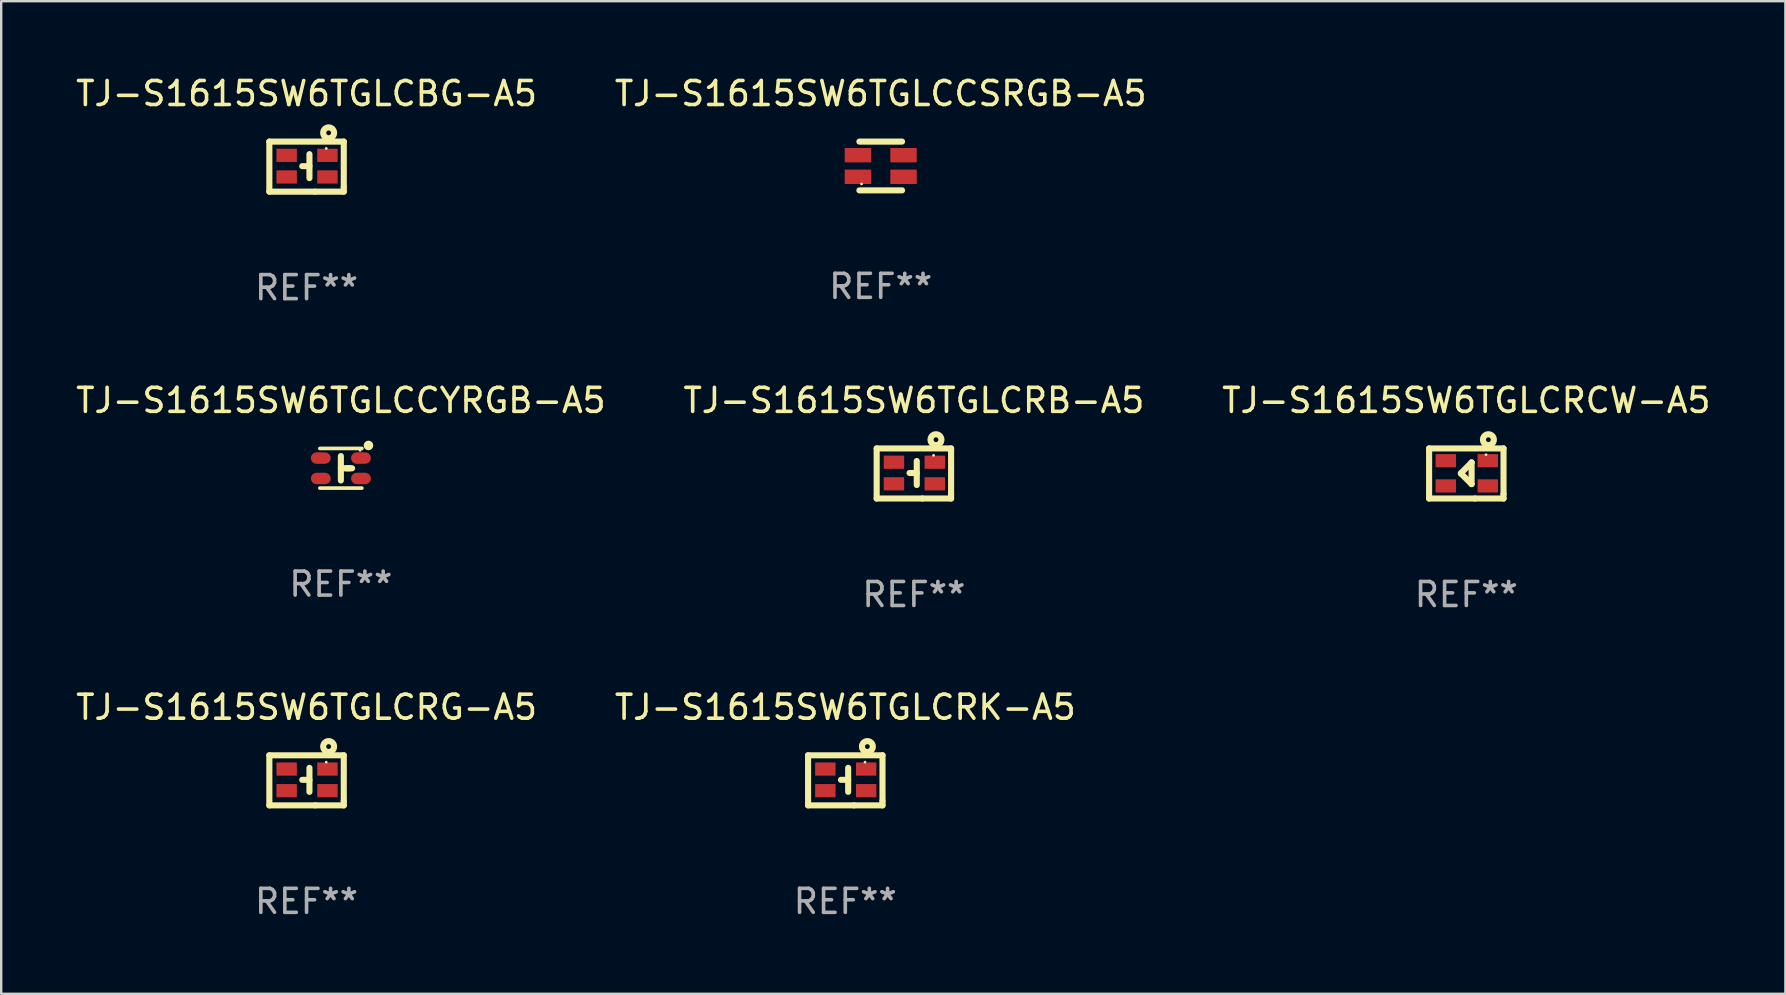
<source format=kicad_pcb>
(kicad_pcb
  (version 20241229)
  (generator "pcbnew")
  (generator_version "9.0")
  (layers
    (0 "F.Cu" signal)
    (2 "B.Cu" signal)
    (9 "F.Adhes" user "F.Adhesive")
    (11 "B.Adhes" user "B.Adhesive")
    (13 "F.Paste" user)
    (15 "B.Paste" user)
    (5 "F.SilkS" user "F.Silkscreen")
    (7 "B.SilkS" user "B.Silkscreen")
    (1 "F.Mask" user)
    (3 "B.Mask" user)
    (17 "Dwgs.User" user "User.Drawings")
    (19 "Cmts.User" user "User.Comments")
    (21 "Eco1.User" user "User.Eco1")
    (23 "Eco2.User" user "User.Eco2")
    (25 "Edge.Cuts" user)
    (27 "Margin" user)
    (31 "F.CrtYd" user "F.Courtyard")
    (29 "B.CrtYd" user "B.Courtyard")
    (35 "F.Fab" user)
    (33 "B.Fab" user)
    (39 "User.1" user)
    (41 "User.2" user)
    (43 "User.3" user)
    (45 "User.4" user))
  (footprint "TJ-S1615SW6TGLCRK-A5"
    (layer "F.Cu")
    (at 32.161 29.455)
    (property "Reference" "TJ-S1615SW6TGLCRK-A5" (at 0 -3.043 0) (layer "F.SilkS") (effects (font (size 1 1) (thickness 0.15))))
    (attr through_hole)
    (fp_line (start -1.55 -1.043) (end 1.55 -1.043) (stroke (width 0.254) (type solid)) (layer "F.SilkS"))
    (fp_line (start -1.55 1.043) (end -1.55 -1.043) (stroke (width 0.254) (type solid)) (layer "F.SilkS"))
    (fp_line (start -0.18 -0.02) (end 0.12 -0.02) (stroke (width 0.254) (type solid)) (layer "F.SilkS"))
    (fp_line (start 0.12 -0.52) (end 0.12 0.48) (stroke (width 0.254) (type solid)) (layer "F.SilkS"))
    (fp_line (start 0.357 1.043) (end -1.55 1.043) (stroke (width 0.254) (type solid)) (layer "F.SilkS"))
    (fp_line (start 0.357 1.043) (end 1.55 1.043) (stroke (width 0.254) (type solid)) (layer "F.SilkS"))
    (fp_line (start 1.55 0.857) (end 1.55 1.043) (stroke (width 0.254) (type solid)) (layer "F.SilkS"))
    (fp_line (start 1.55 0.857) (end 1.55 -1.043) (stroke (width 0.254) (type solid)) (layer "F.SilkS"))
    (fp_circle (center 0.82 -0.757) (end 0.85 -0.757) (stroke (width 0.06) (type solid)) (fill no) (layer "F.SilkS"))
    (fp_circle (center 0.92 -1.407) (end 1.02 -1.407) (stroke (width 0.254) (type solid)) (fill no) (layer "F.SilkS"))
    (fp_text user "REF**" (at 0 5.043 0) (layer "F.Fab") (effects (font (size 1 1) (thickness 0.15))))
    (pad "1" smd rect (at 0.87 -0.47) (size 0.85 0.55) (layers "F.Cu" "F.Mask" "F.Paste"))
    (pad "2" smd rect (at -0.83 -0.47) (size 0.85 0.55) (layers "F.Cu" "F.Mask" "F.Paste"))
    (pad "3" smd rect (at 0.87 0.43) (size 0.85 0.55) (layers "F.Cu" "F.Mask" "F.Paste"))
    (pad "4" smd rect (at -0.83 0.43) (size 0.85 0.55) (layers "F.Cu" "F.Mask" "F.Paste")))
  (footprint "TJ-S1615SW6TGLCCYRGB-A5"
    (layer "F.Cu")
    (at 11.149 16.456)
    (property "Reference" "TJ-S1615SW6TGLCCYRGB-A5" (at 0 -2.826 0) (layer "F.SilkS") (effects (font (size 1 1) (thickness 0.15))))
    (attr through_hole)
    (fp_line (start 0.000127 -0.508) (end 0.000127 0.508) (stroke (width 0.254) (type solid)) (layer "F.SilkS"))
    (fp_line (start 0.226 0.000127) (end 0.468 0.000127) (stroke (width 0.254) (type solid)) (layer "F.SilkS"))
    (fp_line (start 0.381 0.000127) (end 0.000127 0.000127) (stroke (width 0.254) (type solid)) (layer "F.SilkS"))
    (fp_line (start 0.876 -0.826) (end -0.876 -0.826) (stroke (width 0.152) (type solid)) (layer "F.SilkS"))
    (fp_line (start 0.876 0.826) (end -0.876 0.826) (stroke (width 0.152) (type solid)) (layer "F.SilkS"))
    (fp_circle (center 0.8 -0.75) (end 0.83 -0.75) (stroke (width 0.06) (type solid)) (fill no) (layer "F.SilkS"))
    (fp_circle (center 1.15 -0.95) (end 1.25 -0.95) (stroke (width 0.2) (type solid)) (fill no) (layer "F.SilkS"))
    (fp_text user "REF**" (at 0 4.826 0) (layer "F.Fab") (effects (font (size 1 1) (thickness 0.15))))
    (pad "1" smd oval (at 0.837 -0.425 90) (size 0.476 0.823) (layers "F.Cu" "F.Mask" "F.Paste"))
    (pad "2" smd oval (at -0.836 -0.425 90) (size 0.476 0.823) (layers "F.Cu" "F.Mask" "F.Paste"))
    (pad "3" smd oval (at -0.836 0.425 90) (size 0.476 0.823) (layers "F.Cu" "F.Mask" "F.Paste"))
    (pad "4" smd oval (at 0.837 0.425 90) (size 0.476 0.823) (layers "F.Cu" "F.Mask" "F.Paste")))
  (footprint "TJ-S1615SW6TGLCBG-A5"
    (layer "F.Cu")
    (at 9.72 3.891)
    (property "Reference" "TJ-S1615SW6TGLCBG-A5" (at 0 -3.043 0) (layer "F.SilkS") (effects (font (size 1 1) (thickness 0.15))))
    (attr through_hole)
    (fp_line (start -1.55 -1.043) (end 1.55 -1.043) (stroke (width 0.254) (type solid)) (layer "F.SilkS"))
    (fp_line (start -1.55 1.043) (end -1.55 -1.043) (stroke (width 0.254) (type solid)) (layer "F.SilkS"))
    (fp_line (start -0.18 -0.02) (end 0.12 -0.02) (stroke (width 0.254) (type solid)) (layer "F.SilkS"))
    (fp_line (start 0.12 -0.52) (end 0.12 0.48) (stroke (width 0.254) (type solid)) (layer "F.SilkS"))
    (fp_line (start 0.357 1.043) (end -1.55 1.043) (stroke (width 0.254) (type solid)) (layer "F.SilkS"))
    (fp_line (start 0.357 1.043) (end 1.55 1.043) (stroke (width 0.254) (type solid)) (layer "F.SilkS"))
    (fp_line (start 1.55 0.857) (end 1.55 1.043) (stroke (width 0.254) (type solid)) (layer "F.SilkS"))
    (fp_line (start 1.55 0.857) (end 1.55 -1.043) (stroke (width 0.254) (type solid)) (layer "F.SilkS"))
    (fp_circle (center 0.82 -0.757) (end 0.85 -0.757) (stroke (width 0.06) (type solid)) (fill no) (layer "F.SilkS"))
    (fp_circle (center 0.92 -1.407) (end 1.02 -1.407) (stroke (width 0.254) (type solid)) (fill no) (layer "F.SilkS"))
    (fp_text user "REF**" (at 0 5.043 0) (layer "F.Fab") (effects (font (size 1 1) (thickness 0.15))))
    (pad "1" smd rect (at 0.87 -0.47) (size 0.85 0.55) (layers "F.Cu" "F.Mask" "F.Paste"))
    (pad "2" smd rect (at -0.83 -0.47) (size 0.85 0.55) (layers "F.Cu" "F.Mask" "F.Paste"))
    (pad "3" smd rect (at 0.87 0.43) (size 0.85 0.55) (layers "F.Cu" "F.Mask" "F.Paste"))
    (pad "4" smd rect (at -0.83 0.43) (size 0.85 0.55) (layers "F.Cu" "F.Mask" "F.Paste")))
  (footprint "TJ-S1615SW6TGLCRB-A5"
    (layer "F.Cu")
    (at 35.018 16.673)
    (property "Reference" "TJ-S1615SW6TGLCRB-A5" (at 0 -3.043 0) (layer "F.SilkS") (effects (font (size 1 1) (thickness 0.15))))
    (attr through_hole)
    (fp_line (start -1.55 -1.043) (end 1.55 -1.043) (stroke (width 0.254) (type solid)) (layer "F.SilkS"))
    (fp_line (start -1.55 1.043) (end -1.55 -1.043) (stroke (width 0.254) (type solid)) (layer "F.SilkS"))
    (fp_line (start -0.18 -0.02) (end 0.12 -0.02) (stroke (width 0.254) (type solid)) (layer "F.SilkS"))
    (fp_line (start 0.12 -0.52) (end 0.12 0.48) (stroke (width 0.254) (type solid)) (layer "F.SilkS"))
    (fp_line (start 0.357 1.043) (end -1.55 1.043) (stroke (width 0.254) (type solid)) (layer "F.SilkS"))
    (fp_line (start 0.357 1.043) (end 1.55 1.043) (stroke (width 0.254) (type solid)) (layer "F.SilkS"))
    (fp_line (start 1.55 0.857) (end 1.55 1.043) (stroke (width 0.254) (type solid)) (layer "F.SilkS"))
    (fp_line (start 1.55 0.857) (end 1.55 -1.043) (stroke (width 0.254) (type solid)) (layer "F.SilkS"))
    (fp_circle (center 0.82 -0.757) (end 0.85 -0.757) (stroke (width 0.06) (type solid)) (fill no) (layer "F.SilkS"))
    (fp_circle (center 0.92 -1.407) (end 1.02 -1.407) (stroke (width 0.254) (type solid)) (fill no) (layer "F.SilkS"))
    (fp_text user "REF**" (at 0 5.043 0) (layer "F.Fab") (effects (font (size 1 1) (thickness 0.15))))
    (pad "1" smd rect (at 0.87 -0.47) (size 0.85 0.55) (layers "F.Cu" "F.Mask" "F.Paste"))
    (pad "2" smd rect (at -0.83 -0.47) (size 0.85 0.55) (layers "F.Cu" "F.Mask" "F.Paste"))
    (pad "3" smd rect (at 0.87 0.43) (size 0.85 0.55) (layers "F.Cu" "F.Mask" "F.Paste"))
    (pad "4" smd rect (at -0.83 0.43) (size 0.85 0.55) (layers "F.Cu" "F.Mask" "F.Paste")))
  (footprint "TJ-S1615SW6TGLCRCW-A5"
    (layer "F.Cu")
    (at 58.03 16.673)
    (property "Reference" "TJ-S1615SW6TGLCRCW-A5" (at 0 -3.043 0) (layer "F.SilkS") (effects (font (size 1 1) (thickness 0.15))))
    (attr through_hole)
    (fp_line (start -1.55 -1.043) (end 1.55 -1.043) (stroke (width 0.254) (type solid)) (layer "F.SilkS"))
    (fp_line (start -1.55 1.043) (end -1.55 -1.043) (stroke (width 0.254) (type solid)) (layer "F.SilkS"))
    (fp_line (start -0.211 -0.007) (end -0.211 0.012) (stroke (width 0.254) (type solid)) (layer "F.SilkS"))
    (fp_line (start -0.211 0.012) (end 0.22 0.443) (stroke (width 0.254) (type solid)) (layer "F.SilkS"))
    (fp_line (start 0.219 -0.457) (end -0.231 -0.007) (stroke (width 0.254) (type solid)) (layer "F.SilkS"))
    (fp_line (start 0.22 -0.457) (end 0.219 -0.457) (stroke (width 0.254) (type solid)) (layer "F.SilkS"))
    (fp_line (start 0.22 -0.457) (end 0.22 0.443) (stroke (width 0.254) (type solid)) (layer "F.SilkS"))
    (fp_line (start 0.357 1.043) (end -1.55 1.043) (stroke (width 0.254) (type solid)) (layer "F.SilkS"))
    (fp_line (start 0.357 1.043) (end 1.55 1.043) (stroke (width 0.254) (type solid)) (layer "F.SilkS"))
    (fp_line (start 1.55 0.857) (end 1.55 1.043) (stroke (width 0.254) (type solid)) (layer "F.SilkS"))
    (fp_line (start 1.55 0.857) (end 1.55 -1.043) (stroke (width 0.254) (type solid)) (layer "F.SilkS"))
    (fp_circle (center 0.82 -0.782) (end 0.85 -0.782) (stroke (width 0.06) (type solid)) (fill no) (layer "F.SilkS"))
    (fp_circle (center 0.92 -1.407) (end 1.02 -1.407) (stroke (width 0.254) (type solid)) (fill no) (layer "F.SilkS"))
    (fp_text user "REF**" (at 0 5.043 0) (layer "F.Fab") (effects (font (size 1 1) (thickness 0.15))))
    (pad "1" smd rect (at 0.895 -0.532) (size 0.85 0.55) (layers "F.Cu" "F.Mask" "F.Paste"))
    (pad "2" smd rect (at -0.855 -0.532) (size 0.85 0.55) (layers "F.Cu" "F.Mask" "F.Paste"))
    (pad "3" smd rect (at 0.895 0.518) (size 0.85 0.55) (layers "F.Cu" "F.Mask" "F.Paste"))
    (pad "4" smd rect (at -0.855 0.518) (size 0.85 0.55) (layers "F.Cu" "F.Mask" "F.Paste")))
  (footprint "TJ-S1615SW6TGLCRG-A5"
    (layer "F.Cu")
    (at 9.72 29.455)
    (property "Reference" "TJ-S1615SW6TGLCRG-A5" (at 0 -3.043 0) (layer "F.SilkS") (effects (font (size 1 1) (thickness 0.15))))
    (attr through_hole)
    (fp_line (start -1.55 -1.043) (end 1.55 -1.043) (stroke (width 0.254) (type solid)) (layer "F.SilkS"))
    (fp_line (start -1.55 1.043) (end -1.55 -1.043) (stroke (width 0.254) (type solid)) (layer "F.SilkS"))
    (fp_line (start -0.18 -0.02) (end 0.12 -0.02) (stroke (width 0.254) (type solid)) (layer "F.SilkS"))
    (fp_line (start 0.12 -0.52) (end 0.12 0.48) (stroke (width 0.254) (type solid)) (layer "F.SilkS"))
    (fp_line (start 0.357 1.043) (end -1.55 1.043) (stroke (width 0.254) (type solid)) (layer "F.SilkS"))
    (fp_line (start 0.357 1.043) (end 1.55 1.043) (stroke (width 0.254) (type solid)) (layer "F.SilkS"))
    (fp_line (start 1.55 0.857) (end 1.55 1.043) (stroke (width 0.254) (type solid)) (layer "F.SilkS"))
    (fp_line (start 1.55 0.857) (end 1.55 -1.043) (stroke (width 0.254) (type solid)) (layer "F.SilkS"))
    (fp_circle (center 0.82 -0.757) (end 0.85 -0.757) (stroke (width 0.06) (type solid)) (fill no) (layer "F.SilkS"))
    (fp_circle (center 0.92 -1.407) (end 1.02 -1.407) (stroke (width 0.254) (type solid)) (fill no) (layer "F.SilkS"))
    (fp_text user "REF**" (at 0 5.043 0) (layer "F.Fab") (effects (font (size 1 1) (thickness 0.15))))
    (pad "1" smd rect (at 0.87 -0.47) (size 0.85 0.55) (layers "F.Cu" "F.Mask" "F.Paste"))
    (pad "2" smd rect (at -0.83 -0.47) (size 0.85 0.55) (layers "F.Cu" "F.Mask" "F.Paste"))
    (pad "3" smd rect (at 0.87 0.43) (size 0.85 0.55) (layers "F.Cu" "F.Mask" "F.Paste"))
    (pad "4" smd rect (at -0.83 0.43) (size 0.85 0.55) (layers "F.Cu" "F.Mask" "F.Paste")))
  (footprint "TJ-S1615SW6TGLCCSRGB-A5"
    (layer "F.Cu")
    (at 33.637 3.864)
    (property "Reference" "TJ-S1615SW6TGLCCSRGB-A5" (at 0 -3.016 0) (layer "F.SilkS") (effects (font (size 1 1) (thickness 0.15))))
    (attr through_hole)
    (fp_line (start -0.889 -1.016) (end 0.889 -1.016) (stroke (width 0.254) (type solid)) (layer "F.SilkS"))
    (fp_line (start -0.889 1.016) (end 0.889 1.016) (stroke (width 0.254) (type solid)) (layer "F.SilkS"))
    (fp_circle (center -0.8 0.75) (end -0.77 0.75) (stroke (width 0.06) (type solid)) (fill no) (layer "F.SilkS"))
    (fp_text user "REF**" (at 0 5.016 0) (layer "F.Fab") (effects (font (size 1 1) (thickness 0.15))))
    (pad "1" smd rect (at -0.95 0.45 270) (size 0.6 1.1) (layers "F.Cu" "F.Mask" "F.Paste"))
    (pad "2" smd rect (at 0.95 0.45 270) (size 0.6 1.1) (layers "F.Cu" "F.Mask" "F.Paste"))
    (pad "3" smd rect (at 0.95 -0.45 270) (size 0.6 1.1) (layers "F.Cu" "F.Mask" "F.Paste"))
    (pad "4" smd rect (at -0.95 -0.45 270) (size 0.6 1.1) (layers "F.Cu" "F.Mask" "F.Paste")))
  (gr_rect
    (start -3 -3)
    (end 71.321 38.346)
    (stroke (width 0.1) (type default))
    (fill no)
    (layer "Edge.Cuts")))
</source>
